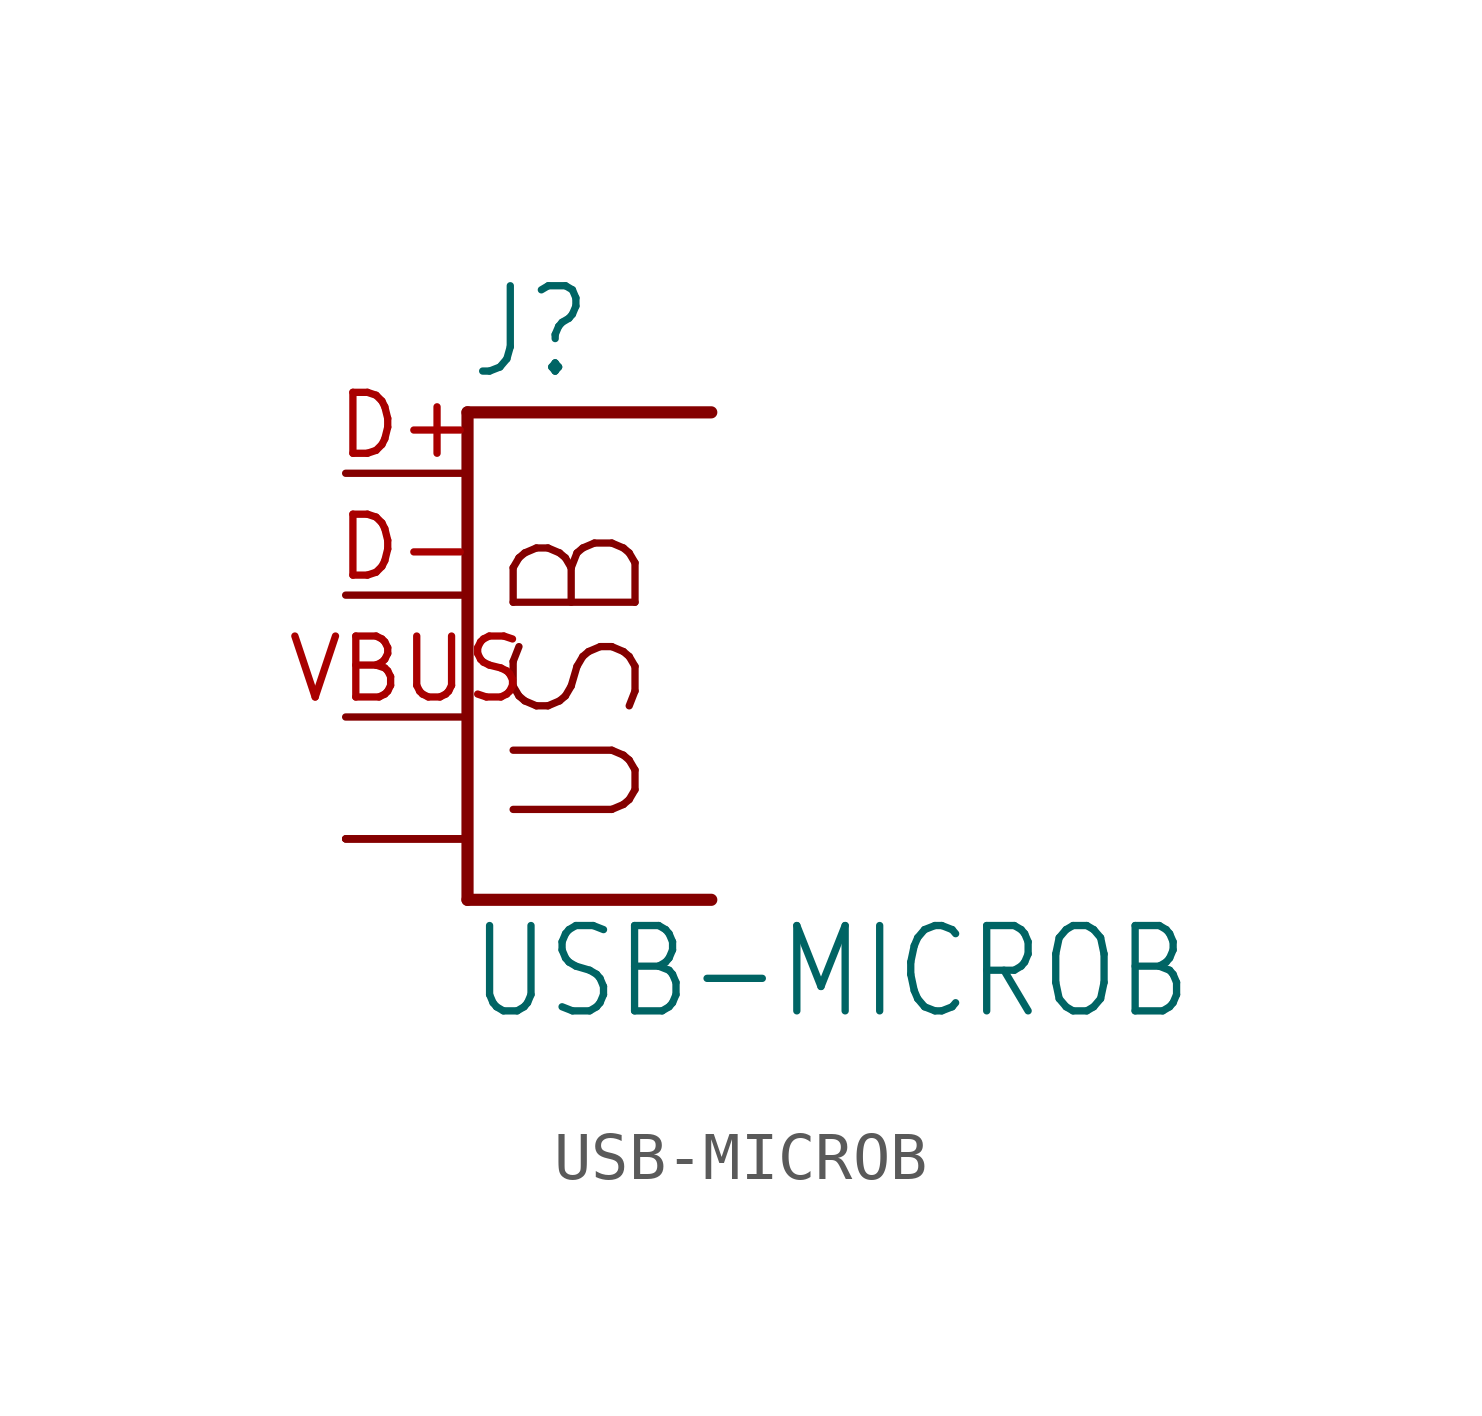
<source format=kicad_sym>
(kicad_symbol_lib
  (version 20211014)
  (generator kicad_symbol_editor)
  (symbol "USB-MICROB"
    (property "Reference" "J"
      (at 0 9.525 0)
      (effects (font (size 1.778 1.511)) (justify left bottom)))
    (property "Value" "USB-MICROB"
      (at 0 -3.81 0)
      (effects (font (size 1.778 1.511)) (justify left bottom)))
    (property "ki_locked" ""
      (at 0 0 0)
      (effects (font (size 1.27 1.27))))
    (symbol "USB-MICROB_1_0"
      (polyline (pts (xy 0 -1.27) (xy 5.08 -1.27)) (stroke (width 0.254) (type default) (color 0 0 0 0)) (fill (type none)))
      (polyline (pts (xy 0 8.89) (xy 0 -1.27)) (stroke (width 0.254) (type default) (color 0 0 0 0)) (fill (type none)))
      (polyline (pts (xy 5.08 8.89) (xy 0 8.89)) (stroke (width 0.254) (type default) (color 0 0 0 0)) (fill (type none)))
      (text "USB" (at 3.81 0 900) (effects (font (size 2.54 2.159)) (justify left bottom)))
      (pin bidirectional line (at -2.54 7.62 0) (length 2.54) (name "D+" (effects (font (size 0 0)))) (number "D+" (effects (font (size 1.27 1.27)))))
      (pin bidirectional line (at -2.54 5.08 0) (length 2.54) (name "D-" (effects (font (size 0 0)))) (number "D-" (effects (font (size 1.27 1.27)))))
      (pin bidirectional line (at -2.54 0 0) (length 2.54) (name "GND" (effects (font (size 0 0)))) (number "GND" (effects (font (size 0 0)))))
      (pin bidirectional line (at -2.54 0 0) (length 2.54) (name "GND" (effects (font (size 0 0)))) (number "MT1" (effects (font (size 0 0)))))
      (pin bidirectional line (at -2.54 0 0) (length 2.54) (name "GND" (effects (font (size 0 0)))) (number "MT2" (effects (font (size 0 0)))))
      (pin bidirectional line (at -2.54 2.54 0) (length 2.54) (name "VBUS" (effects (font (size 0 0)))) (number "VBUS" (effects (font (size 1.27 1.27))))))))
</source>
